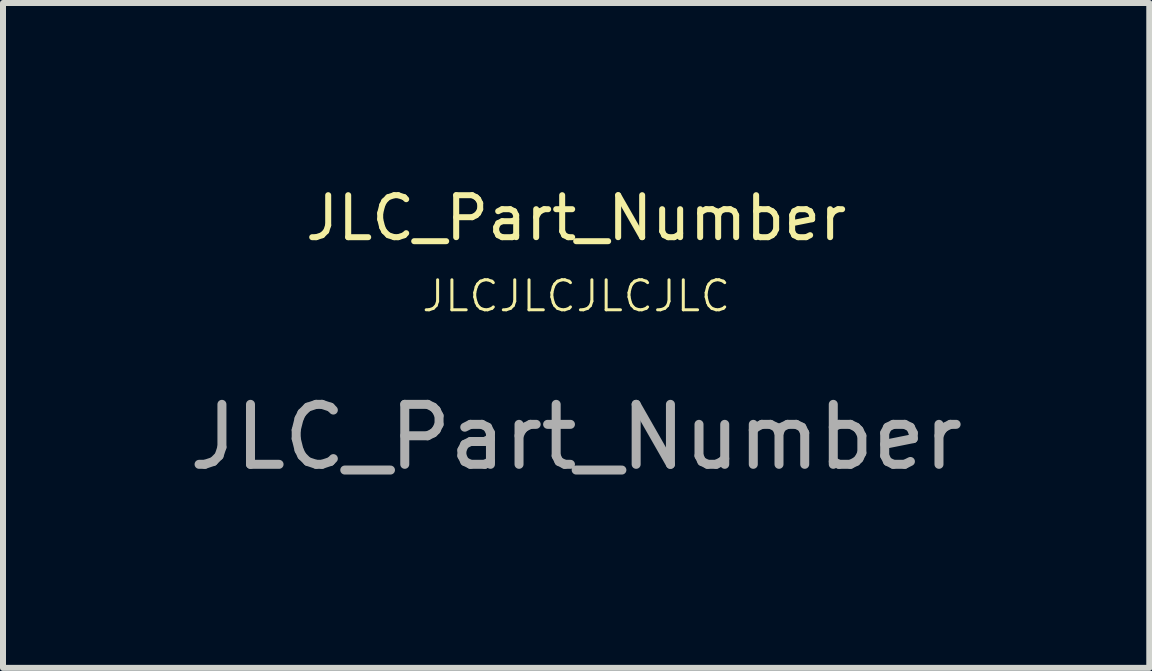
<source format=kicad_pcb>
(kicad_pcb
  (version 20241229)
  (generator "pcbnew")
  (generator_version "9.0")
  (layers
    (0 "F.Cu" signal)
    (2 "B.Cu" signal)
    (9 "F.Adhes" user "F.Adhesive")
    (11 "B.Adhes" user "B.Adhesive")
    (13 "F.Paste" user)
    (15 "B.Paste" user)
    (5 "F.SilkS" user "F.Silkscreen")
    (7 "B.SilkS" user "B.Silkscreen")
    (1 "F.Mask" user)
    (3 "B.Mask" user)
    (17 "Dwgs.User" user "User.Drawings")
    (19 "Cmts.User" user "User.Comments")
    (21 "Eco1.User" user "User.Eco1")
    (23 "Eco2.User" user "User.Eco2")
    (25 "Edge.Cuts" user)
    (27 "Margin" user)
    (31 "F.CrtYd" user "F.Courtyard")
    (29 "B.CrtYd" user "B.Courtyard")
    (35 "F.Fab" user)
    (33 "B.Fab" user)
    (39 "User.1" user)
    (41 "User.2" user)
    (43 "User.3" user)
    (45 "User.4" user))
  (footprint "JLC_Part_Number"
    (layer "F.Cu")
    (at 6.554 1.885)
    (property "Reference" "JLC_Part_Number" (at 0 -1.3 0) (unlocked yes) (layer "F.SilkS") (effects (font (size 0.7 0.7) (thickness 0.1))))
    (attr smd)
    (fp_text user "JLCJLCJLCJLC" (at 0 0 0) (unlocked yes) (layer "F.SilkS") (effects (font (size 0.5 0.5) (thickness 0.05))))
    (fp_text user "${REFERENCE}" (at 0 2.35 0) (unlocked yes) (layer "F.Fab") (effects (font (size 1 1) (thickness 0.15)))))
  (gr_rect
    (start -3 -3)
    (end 16.107 8.083)
    (stroke (width 0.1) (type default))
    (fill no)
    (layer "Edge.Cuts")))
</source>
